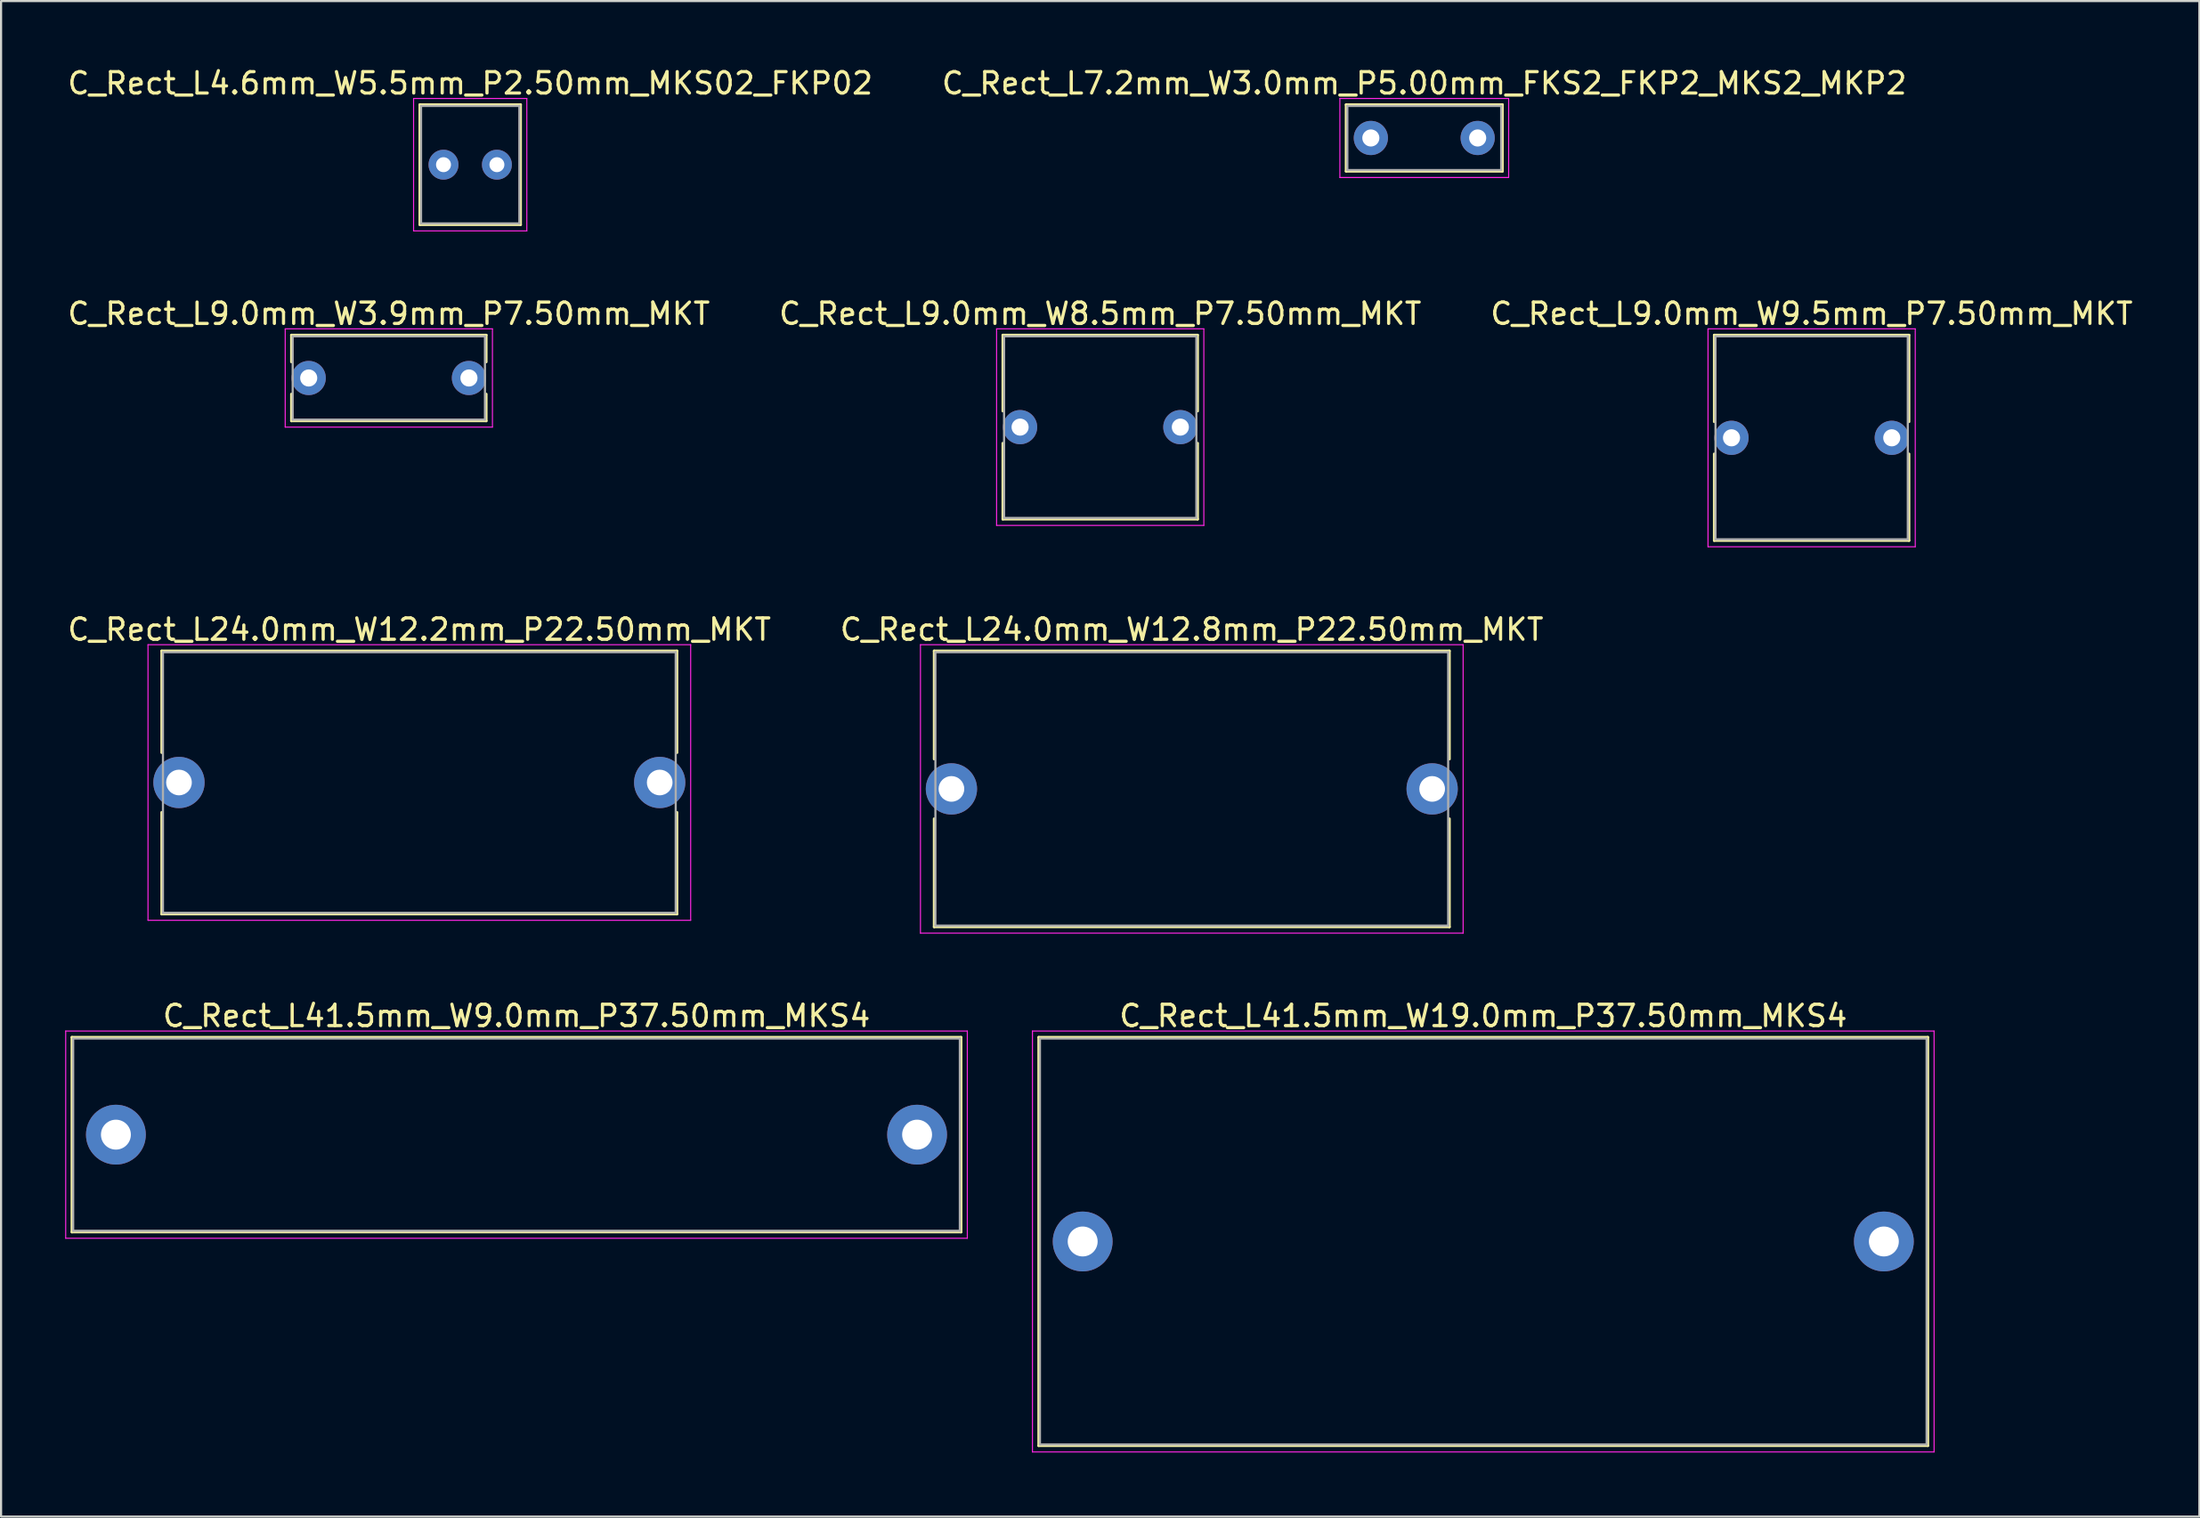
<source format=kicad_pcb>
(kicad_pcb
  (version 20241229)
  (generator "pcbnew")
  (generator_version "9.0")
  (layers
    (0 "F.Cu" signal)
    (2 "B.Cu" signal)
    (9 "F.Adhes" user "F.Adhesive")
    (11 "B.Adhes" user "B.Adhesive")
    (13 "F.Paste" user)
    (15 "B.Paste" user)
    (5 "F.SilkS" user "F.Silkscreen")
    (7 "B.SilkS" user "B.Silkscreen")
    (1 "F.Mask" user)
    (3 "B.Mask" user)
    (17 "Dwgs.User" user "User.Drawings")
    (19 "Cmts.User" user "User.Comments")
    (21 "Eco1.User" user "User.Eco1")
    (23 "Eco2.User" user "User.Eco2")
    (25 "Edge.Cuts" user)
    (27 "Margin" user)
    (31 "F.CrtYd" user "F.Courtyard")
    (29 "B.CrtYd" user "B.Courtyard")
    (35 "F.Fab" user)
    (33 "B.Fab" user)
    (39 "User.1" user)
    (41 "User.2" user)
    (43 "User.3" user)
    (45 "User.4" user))
  (footprint "C_Rect_L41.5mm_W9.0mm_P37.50mm_MKS4"
    (layer "F.Cu")
    (at 2.375 50.058)
    (property "Reference" "C_Rect_L41.5mm_W9.0mm_P37.50mm_MKS4" (at 18.75 -5.56 0) (layer "F.SilkS") (effects (font (size 1 1) (thickness 0.15))))
    (attr through_hole)
    (fp_line (start -2.06 -4.56) (end -2.06 4.56) (stroke (width 0.12) (type solid)) (layer "F.SilkS"))
    (fp_line (start -2.06 -4.56) (end 39.56 -4.56) (stroke (width 0.12) (type solid)) (layer "F.SilkS"))
    (fp_line (start -2.06 4.56) (end 39.56 4.56) (stroke (width 0.12) (type solid)) (layer "F.SilkS"))
    (fp_line (start 39.56 -4.56) (end 39.56 4.56) (stroke (width 0.12) (type solid)) (layer "F.SilkS"))
    (fp_line (start -2.35 -4.85) (end -2.35 4.85) (stroke (width 0.05) (type solid)) (layer "F.CrtYd"))
    (fp_line (start -2.35 4.85) (end 39.85 4.85) (stroke (width 0.05) (type solid)) (layer "F.CrtYd"))
    (fp_line (start 39.85 -4.85) (end -2.35 -4.85) (stroke (width 0.05) (type solid)) (layer "F.CrtYd"))
    (fp_line (start 39.85 4.85) (end 39.85 -4.85) (stroke (width 0.05) (type solid)) (layer "F.CrtYd"))
    (fp_line (start -2 -4.5) (end -2 4.5) (stroke (width 0.1) (type solid)) (layer "F.Fab"))
    (fp_line (start -2 4.5) (end 39.5 4.5) (stroke (width 0.1) (type solid)) (layer "F.Fab"))
    (fp_line (start 39.5 -4.5) (end -2 -4.5) (stroke (width 0.1) (type solid)) (layer "F.Fab"))
    (fp_line (start 39.5 4.5) (end 39.5 -4.5) (stroke (width 0.1) (type solid)) (layer "F.Fab"))
    (pad "1" thru_hole circle (at 0 0) (size 2.8 2.8) (drill 1.4) (layers "*.Cu" "*.Mask"))
    (pad "2" thru_hole circle (at 37.5 0) (size 2.8 2.8) (drill 1.4) (layers "*.Cu" "*.Mask")))
  (footprint "C_Rect_L24.0mm_W12.8mm_P22.50mm_MKT"
    (layer "F.Cu")
    (at 41.482 33.875)
    (property "Reference" "C_Rect_L24.0mm_W12.8mm_P22.50mm_MKT" (at 11.25 -7.46 0) (layer "F.SilkS") (effects (font (size 1 1) (thickness 0.15))))
    (attr through_hole)
    (fp_line (start -0.81 -6.46) (end -0.81 -1.395) (stroke (width 0.12) (type solid)) (layer "F.SilkS"))
    (fp_line (start -0.81 -6.46) (end 23.31 -6.46) (stroke (width 0.12) (type solid)) (layer "F.SilkS"))
    (fp_line (start -0.81 1.395) (end -0.81 6.46) (stroke (width 0.12) (type solid)) (layer "F.SilkS"))
    (fp_line (start -0.81 6.46) (end 23.31 6.46) (stroke (width 0.12) (type solid)) (layer "F.SilkS"))
    (fp_line (start 23.31 -6.46) (end 23.31 -1.395) (stroke (width 0.12) (type solid)) (layer "F.SilkS"))
    (fp_line (start 23.31 1.395) (end 23.31 6.46) (stroke (width 0.12) (type solid)) (layer "F.SilkS"))
    (fp_line (start -1.45 -6.75) (end -1.45 6.75) (stroke (width 0.05) (type solid)) (layer "F.CrtYd"))
    (fp_line (start -1.45 6.75) (end 23.95 6.75) (stroke (width 0.05) (type solid)) (layer "F.CrtYd"))
    (fp_line (start 23.95 -6.75) (end -1.45 -6.75) (stroke (width 0.05) (type solid)) (layer "F.CrtYd"))
    (fp_line (start 23.95 6.75) (end 23.95 -6.75) (stroke (width 0.05) (type solid)) (layer "F.CrtYd"))
    (fp_line (start -0.75 -6.4) (end -0.75 6.4) (stroke (width 0.1) (type solid)) (layer "F.Fab"))
    (fp_line (start -0.75 6.4) (end 23.25 6.4) (stroke (width 0.1) (type solid)) (layer "F.Fab"))
    (fp_line (start 23.25 -6.4) (end -0.75 -6.4) (stroke (width 0.1) (type solid)) (layer "F.Fab"))
    (fp_line (start 23.25 6.4) (end 23.25 -6.4) (stroke (width 0.1) (type solid)) (layer "F.Fab"))
    (pad "1" thru_hole circle (at 0 0) (size 2.4 2.4) (drill 1.2) (layers "*.Cu" "*.Mask"))
    (pad "2" thru_hole circle (at 22.5 0) (size 2.4 2.4) (drill 1.2) (layers "*.Cu" "*.Mask")))
  (footprint "C_Rect_L9.0mm_W8.5mm_P7.50mm_MKT"
    (layer "F.Cu")
    (at 44.696 16.942)
    (property "Reference" "C_Rect_L9.0mm_W8.5mm_P7.50mm_MKT" (at 3.75 -5.31 0) (layer "F.SilkS") (effects (font (size 1 1) (thickness 0.15))))
    (attr through_hole)
    (fp_line (start -0.81 -4.31) (end -0.81 -0.75) (stroke (width 0.12) (type solid)) (layer "F.SilkS"))
    (fp_line (start -0.81 -4.31) (end 8.31 -4.31) (stroke (width 0.12) (type solid)) (layer "F.SilkS"))
    (fp_line (start -0.81 0.75) (end -0.81 4.31) (stroke (width 0.12) (type solid)) (layer "F.SilkS"))
    (fp_line (start -0.81 4.31) (end 8.31 4.31) (stroke (width 0.12) (type solid)) (layer "F.SilkS"))
    (fp_line (start 8.31 -4.31) (end 8.31 -0.75) (stroke (width 0.12) (type solid)) (layer "F.SilkS"))
    (fp_line (start 8.31 0.75) (end 8.31 4.31) (stroke (width 0.12) (type solid)) (layer "F.SilkS"))
    (fp_line (start -1.1 -4.6) (end -1.1 4.6) (stroke (width 0.05) (type solid)) (layer "F.CrtYd"))
    (fp_line (start -1.1 4.6) (end 8.6 4.6) (stroke (width 0.05) (type solid)) (layer "F.CrtYd"))
    (fp_line (start 8.6 -4.6) (end -1.1 -4.6) (stroke (width 0.05) (type solid)) (layer "F.CrtYd"))
    (fp_line (start 8.6 4.6) (end 8.6 -4.6) (stroke (width 0.05) (type solid)) (layer "F.CrtYd"))
    (fp_line (start -0.75 -4.25) (end -0.75 4.25) (stroke (width 0.1) (type solid)) (layer "F.Fab"))
    (fp_line (start -0.75 4.25) (end 8.25 4.25) (stroke (width 0.1) (type solid)) (layer "F.Fab"))
    (fp_line (start 8.25 -4.25) (end -0.75 -4.25) (stroke (width 0.1) (type solid)) (layer "F.Fab"))
    (fp_line (start 8.25 4.25) (end 8.25 -4.25) (stroke (width 0.1) (type solid)) (layer "F.Fab"))
    (pad "1" thru_hole circle (at 0 0) (size 1.6 1.6) (drill 0.8) (layers "*.Cu" "*.Mask"))
    (pad "2" thru_hole circle (at 7.5 0) (size 1.6 1.6) (drill 0.8) (layers "*.Cu" "*.Mask")))
  (footprint "C_Rect_L7.2mm_W3.0mm_P5.00mm_FKS2_FKP2_MKS2_MKP2"
    (layer "F.Cu")
    (at 61.113 3.408)
    (property "Reference" "C_Rect_L7.2mm_W3.0mm_P5.00mm_FKS2_FKP2_MKS2_MKP2" (at 2.5 -2.56 0) (layer "F.SilkS") (effects (font (size 1 1) (thickness 0.15))))
    (attr through_hole)
    (fp_line (start -1.16 -1.56) (end -1.16 1.56) (stroke (width 0.12) (type solid)) (layer "F.SilkS"))
    (fp_line (start -1.16 -1.56) (end 6.16 -1.56) (stroke (width 0.12) (type solid)) (layer "F.SilkS"))
    (fp_line (start -1.16 1.56) (end 6.16 1.56) (stroke (width 0.12) (type solid)) (layer "F.SilkS"))
    (fp_line (start 6.16 -1.56) (end 6.16 1.56) (stroke (width 0.12) (type solid)) (layer "F.SilkS"))
    (fp_line (start -1.45 -1.85) (end -1.45 1.85) (stroke (width 0.05) (type solid)) (layer "F.CrtYd"))
    (fp_line (start -1.45 1.85) (end 6.45 1.85) (stroke (width 0.05) (type solid)) (layer "F.CrtYd"))
    (fp_line (start 6.45 -1.85) (end -1.45 -1.85) (stroke (width 0.05) (type solid)) (layer "F.CrtYd"))
    (fp_line (start 6.45 1.85) (end 6.45 -1.85) (stroke (width 0.05) (type solid)) (layer "F.CrtYd"))
    (fp_line (start -1.1 -1.5) (end -1.1 1.5) (stroke (width 0.1) (type solid)) (layer "F.Fab"))
    (fp_line (start -1.1 1.5) (end 6.1 1.5) (stroke (width 0.1) (type solid)) (layer "F.Fab"))
    (fp_line (start 6.1 -1.5) (end -1.1 -1.5) (stroke (width 0.1) (type solid)) (layer "F.Fab"))
    (fp_line (start 6.1 1.5) (end 6.1 -1.5) (stroke (width 0.1) (type solid)) (layer "F.Fab"))
    (pad "1" thru_hole circle (at 0 0) (size 1.6 1.6) (drill 0.8) (layers "*.Cu" "*.Mask"))
    (pad "2" thru_hole circle (at 5 0) (size 1.6 1.6) (drill 0.8) (layers "*.Cu" "*.Mask")))
  (footprint "C_Rect_L9.0mm_W9.5mm_P7.50mm_MKT"
    (layer "F.Cu")
    (at 77.994 17.442)
    (property "Reference" "C_Rect_L9.0mm_W9.5mm_P7.50mm_MKT" (at 3.75 -5.81 0) (layer "F.SilkS") (effects (font (size 1 1) (thickness 0.15))))
    (attr through_hole)
    (fp_line (start -0.81 -4.81) (end -0.81 -0.75) (stroke (width 0.12) (type solid)) (layer "F.SilkS"))
    (fp_line (start -0.81 -4.81) (end 8.31 -4.81) (stroke (width 0.12) (type solid)) (layer "F.SilkS"))
    (fp_line (start -0.81 0.75) (end -0.81 4.81) (stroke (width 0.12) (type solid)) (layer "F.SilkS"))
    (fp_line (start -0.81 4.81) (end 8.31 4.81) (stroke (width 0.12) (type solid)) (layer "F.SilkS"))
    (fp_line (start 8.31 -4.81) (end 8.31 -0.75) (stroke (width 0.12) (type solid)) (layer "F.SilkS"))
    (fp_line (start 8.31 0.75) (end 8.31 4.81) (stroke (width 0.12) (type solid)) (layer "F.SilkS"))
    (fp_line (start -1.1 -5.1) (end -1.1 5.1) (stroke (width 0.05) (type solid)) (layer "F.CrtYd"))
    (fp_line (start -1.1 5.1) (end 8.6 5.1) (stroke (width 0.05) (type solid)) (layer "F.CrtYd"))
    (fp_line (start 8.6 -5.1) (end -1.1 -5.1) (stroke (width 0.05) (type solid)) (layer "F.CrtYd"))
    (fp_line (start 8.6 5.1) (end 8.6 -5.1) (stroke (width 0.05) (type solid)) (layer "F.CrtYd"))
    (fp_line (start -0.75 -4.75) (end -0.75 4.75) (stroke (width 0.1) (type solid)) (layer "F.Fab"))
    (fp_line (start -0.75 4.75) (end 8.25 4.75) (stroke (width 0.1) (type solid)) (layer "F.Fab"))
    (fp_line (start 8.25 -4.75) (end -0.75 -4.75) (stroke (width 0.1) (type solid)) (layer "F.Fab"))
    (fp_line (start 8.25 4.75) (end 8.25 -4.75) (stroke (width 0.1) (type solid)) (layer "F.Fab"))
    (pad "1" thru_hole circle (at 0 0) (size 1.6 1.6) (drill 0.8) (layers "*.Cu" "*.Mask"))
    (pad "2" thru_hole circle (at 7.5 0) (size 1.6 1.6) (drill 0.8) (layers "*.Cu" "*.Mask")))
  (footprint "C_Rect_L41.5mm_W19.0mm_P37.50mm_MKS4"
    (layer "F.Cu")
    (at 47.625 55.058)
    (property "Reference" "C_Rect_L41.5mm_W19.0mm_P37.50mm_MKS4" (at 18.75 -10.56 0) (layer "F.SilkS") (effects (font (size 1 1) (thickness 0.15))))
    (attr through_hole)
    (fp_line (start -2.06 -9.56) (end -2.06 9.56) (stroke (width 0.12) (type solid)) (layer "F.SilkS"))
    (fp_line (start -2.06 -9.56) (end 39.56 -9.56) (stroke (width 0.12) (type solid)) (layer "F.SilkS"))
    (fp_line (start -2.06 9.56) (end 39.56 9.56) (stroke (width 0.12) (type solid)) (layer "F.SilkS"))
    (fp_line (start 39.56 -9.56) (end 39.56 9.56) (stroke (width 0.12) (type solid)) (layer "F.SilkS"))
    (fp_line (start -2.35 -9.85) (end -2.35 9.85) (stroke (width 0.05) (type solid)) (layer "F.CrtYd"))
    (fp_line (start -2.35 9.85) (end 39.85 9.85) (stroke (width 0.05) (type solid)) (layer "F.CrtYd"))
    (fp_line (start 39.85 -9.85) (end -2.35 -9.85) (stroke (width 0.05) (type solid)) (layer "F.CrtYd"))
    (fp_line (start 39.85 9.85) (end 39.85 -9.85) (stroke (width 0.05) (type solid)) (layer "F.CrtYd"))
    (fp_line (start -2 -9.5) (end -2 9.5) (stroke (width 0.1) (type solid)) (layer "F.Fab"))
    (fp_line (start -2 9.5) (end 39.5 9.5) (stroke (width 0.1) (type solid)) (layer "F.Fab"))
    (fp_line (start 39.5 -9.5) (end -2 -9.5) (stroke (width 0.1) (type solid)) (layer "F.Fab"))
    (fp_line (start 39.5 9.5) (end 39.5 -9.5) (stroke (width 0.1) (type solid)) (layer "F.Fab"))
    (pad "1" thru_hole circle (at 0 0) (size 2.8 2.8) (drill 1.4) (layers "*.Cu" "*.Mask"))
    (pad "2" thru_hole circle (at 37.5 0) (size 2.8 2.8) (drill 1.4) (layers "*.Cu" "*.Mask")))
  (footprint "C_Rect_L24.0mm_W12.2mm_P22.50mm_MKT"
    (layer "F.Cu")
    (at 5.327 33.575)
    (property "Reference" "C_Rect_L24.0mm_W12.2mm_P22.50mm_MKT" (at 11.25 -7.16 0) (layer "F.SilkS") (effects (font (size 1 1) (thickness 0.15))))
    (attr through_hole)
    (fp_line (start -0.81 -6.16) (end -0.81 -1.395) (stroke (width 0.12) (type solid)) (layer "F.SilkS"))
    (fp_line (start -0.81 -6.16) (end 23.31 -6.16) (stroke (width 0.12) (type solid)) (layer "F.SilkS"))
    (fp_line (start -0.81 1.395) (end -0.81 6.16) (stroke (width 0.12) (type solid)) (layer "F.SilkS"))
    (fp_line (start -0.81 6.16) (end 23.31 6.16) (stroke (width 0.12) (type solid)) (layer "F.SilkS"))
    (fp_line (start 23.31 -6.16) (end 23.31 -1.395) (stroke (width 0.12) (type solid)) (layer "F.SilkS"))
    (fp_line (start 23.31 1.395) (end 23.31 6.16) (stroke (width 0.12) (type solid)) (layer "F.SilkS"))
    (fp_line (start -1.45 -6.45) (end -1.45 6.45) (stroke (width 0.05) (type solid)) (layer "F.CrtYd"))
    (fp_line (start -1.45 6.45) (end 23.95 6.45) (stroke (width 0.05) (type solid)) (layer "F.CrtYd"))
    (fp_line (start 23.95 -6.45) (end -1.45 -6.45) (stroke (width 0.05) (type solid)) (layer "F.CrtYd"))
    (fp_line (start 23.95 6.45) (end 23.95 -6.45) (stroke (width 0.05) (type solid)) (layer "F.CrtYd"))
    (fp_line (start -0.75 -6.1) (end -0.75 6.1) (stroke (width 0.1) (type solid)) (layer "F.Fab"))
    (fp_line (start -0.75 6.1) (end 23.25 6.1) (stroke (width 0.1) (type solid)) (layer "F.Fab"))
    (fp_line (start 23.25 -6.1) (end -0.75 -6.1) (stroke (width 0.1) (type solid)) (layer "F.Fab"))
    (fp_line (start 23.25 6.1) (end 23.25 -6.1) (stroke (width 0.1) (type solid)) (layer "F.Fab"))
    (pad "1" thru_hole circle (at 0 0) (size 2.4 2.4) (drill 1.2) (layers "*.Cu" "*.Mask"))
    (pad "2" thru_hole circle (at 22.5 0) (size 2.4 2.4) (drill 1.2) (layers "*.Cu" "*.Mask")))
  (footprint "C_Rect_L4.6mm_W5.5mm_P2.50mm_MKS02_FKP02"
    (layer "F.Cu")
    (at 17.708 4.658)
    (property "Reference" "C_Rect_L4.6mm_W5.5mm_P2.50mm_MKS02_FKP02" (at 1.25 -3.81 0) (layer "F.SilkS") (effects (font (size 1 1) (thickness 0.15))))
    (attr through_hole)
    (fp_line (start -1.11 -2.81) (end -1.11 2.81) (stroke (width 0.12) (type solid)) (layer "F.SilkS"))
    (fp_line (start -1.11 -2.81) (end 3.61 -2.81) (stroke (width 0.12) (type solid)) (layer "F.SilkS"))
    (fp_line (start -1.11 2.81) (end 3.61 2.81) (stroke (width 0.12) (type solid)) (layer "F.SilkS"))
    (fp_line (start 3.61 -2.81) (end 3.61 2.81) (stroke (width 0.12) (type solid)) (layer "F.SilkS"))
    (fp_line (start -1.4 -3.1) (end -1.4 3.1) (stroke (width 0.05) (type solid)) (layer "F.CrtYd"))
    (fp_line (start -1.4 3.1) (end 3.9 3.1) (stroke (width 0.05) (type solid)) (layer "F.CrtYd"))
    (fp_line (start 3.9 -3.1) (end -1.4 -3.1) (stroke (width 0.05) (type solid)) (layer "F.CrtYd"))
    (fp_line (start 3.9 3.1) (end 3.9 -3.1) (stroke (width 0.05) (type solid)) (layer "F.CrtYd"))
    (fp_line (start -1.05 -2.75) (end -1.05 2.75) (stroke (width 0.1) (type solid)) (layer "F.Fab"))
    (fp_line (start -1.05 2.75) (end 3.55 2.75) (stroke (width 0.1) (type solid)) (layer "F.Fab"))
    (fp_line (start 3.55 -2.75) (end -1.05 -2.75) (stroke (width 0.1) (type solid)) (layer "F.Fab"))
    (fp_line (start 3.55 2.75) (end 3.55 -2.75) (stroke (width 0.1) (type solid)) (layer "F.Fab"))
    (pad "1" thru_hole circle (at 0 0) (size 1.4 1.4) (drill 0.7) (layers "*.Cu" "*.Mask"))
    (pad "2" thru_hole circle (at 2.5 0) (size 1.4 1.4) (drill 0.7) (layers "*.Cu" "*.Mask")))
  (footprint "C_Rect_L9.0mm_W3.9mm_P7.50mm_MKT"
    (layer "F.Cu")
    (at 11.399 14.642)
    (property "Reference" "C_Rect_L9.0mm_W3.9mm_P7.50mm_MKT" (at 3.75 -3.01 0) (layer "F.SilkS") (effects (font (size 1 1) (thickness 0.15))))
    (attr through_hole)
    (fp_line (start -0.81 -2.01) (end -0.81 -0.75) (stroke (width 0.12) (type solid)) (layer "F.SilkS"))
    (fp_line (start -0.81 -2.01) (end 8.31 -2.01) (stroke (width 0.12) (type solid)) (layer "F.SilkS"))
    (fp_line (start -0.81 0.75) (end -0.81 2.01) (stroke (width 0.12) (type solid)) (layer "F.SilkS"))
    (fp_line (start -0.81 2.01) (end 8.31 2.01) (stroke (width 0.12) (type solid)) (layer "F.SilkS"))
    (fp_line (start 8.31 -2.01) (end 8.31 -0.75) (stroke (width 0.12) (type solid)) (layer "F.SilkS"))
    (fp_line (start 8.31 0.75) (end 8.31 2.01) (stroke (width 0.12) (type solid)) (layer "F.SilkS"))
    (fp_line (start -1.1 -2.3) (end -1.1 2.3) (stroke (width 0.05) (type solid)) (layer "F.CrtYd"))
    (fp_line (start -1.1 2.3) (end 8.6 2.3) (stroke (width 0.05) (type solid)) (layer "F.CrtYd"))
    (fp_line (start 8.6 -2.3) (end -1.1 -2.3) (stroke (width 0.05) (type solid)) (layer "F.CrtYd"))
    (fp_line (start 8.6 2.3) (end 8.6 -2.3) (stroke (width 0.05) (type solid)) (layer "F.CrtYd"))
    (fp_line (start -0.75 -1.95) (end -0.75 1.95) (stroke (width 0.1) (type solid)) (layer "F.Fab"))
    (fp_line (start -0.75 1.95) (end 8.25 1.95) (stroke (width 0.1) (type solid)) (layer "F.Fab"))
    (fp_line (start 8.25 -1.95) (end -0.75 -1.95) (stroke (width 0.1) (type solid)) (layer "F.Fab"))
    (fp_line (start 8.25 1.95) (end 8.25 -1.95) (stroke (width 0.1) (type solid)) (layer "F.Fab"))
    (pad "1" thru_hole circle (at 0 0) (size 1.6 1.6) (drill 0.8) (layers "*.Cu" "*.Mask"))
    (pad "2" thru_hole circle (at 7.5 0) (size 1.6 1.6) (drill 0.8) (layers "*.Cu" "*.Mask")))
  (gr_rect
    (start -3 -3)
    (end 99.893 67.933)
    (stroke (width 0.1) (type default))
    (fill no)
    (layer "Edge.Cuts")))
</source>
